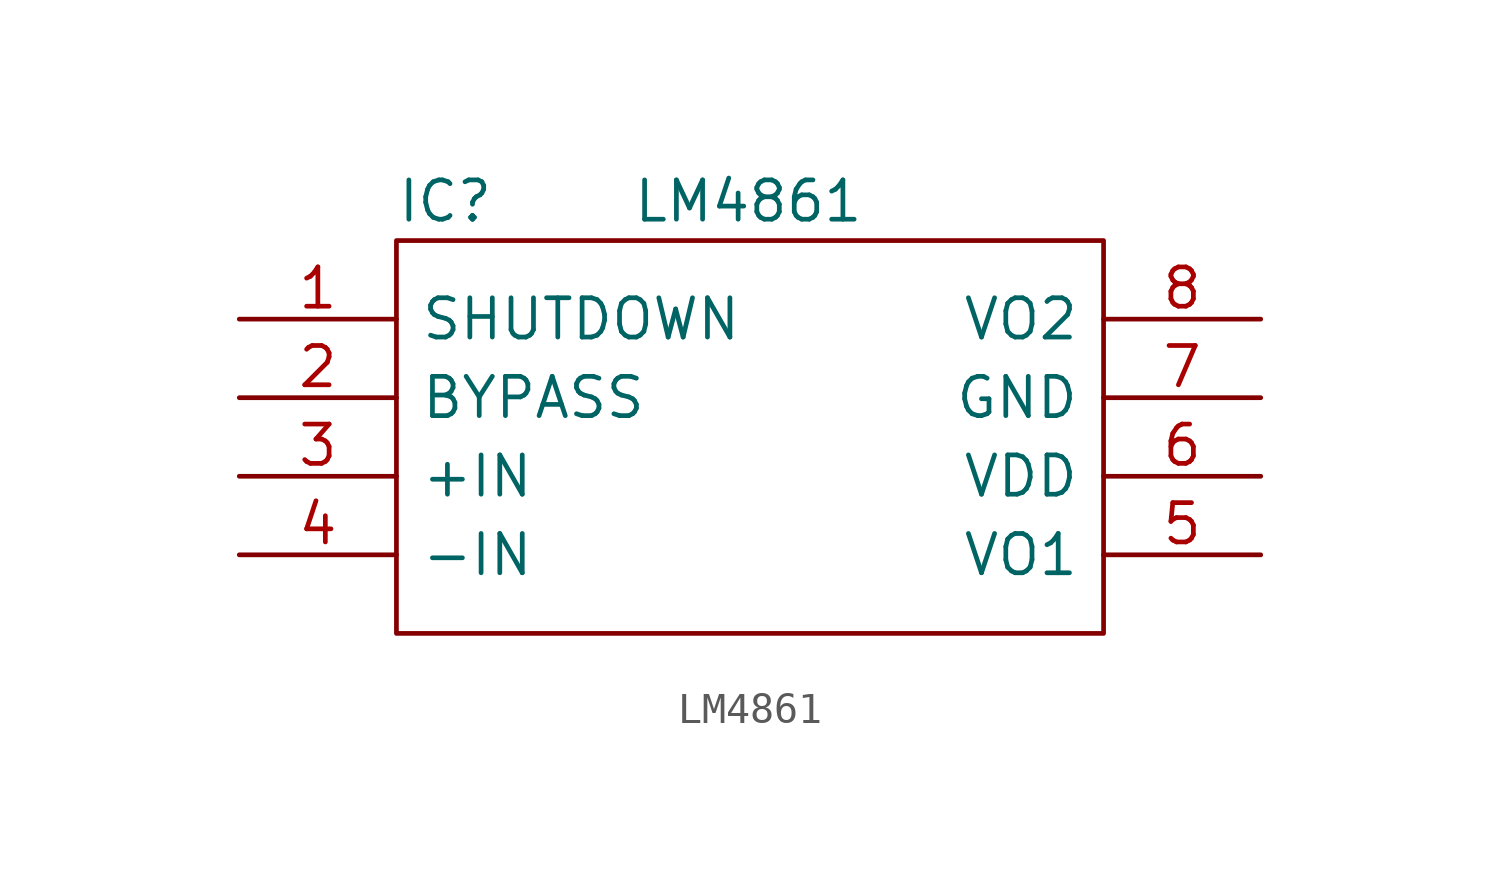
<source format=kicad_sym>
(kicad_symbol_lib
  (version 20220914)
  (generator kicad_symbol_editor)
  (symbol "LM4861"
    (pin_names
      (offset 0.762))
    (property "Reference" "IC"
      (at 0 1.27 0)
      (effects (font (size 1.27 1.27)) (justify left)))
    (property "Value" "LM4861"
      (at 7.62 1.27 0)
      (effects (font (size 1.27 1.27)) (justify left)))
    (symbol "LM4861_0_0"
      (pin passive line (at -5.08 -2.54 0) (length 5.08) (name "SHUTDOWN" (effects (font (size 1.27 1.27)))) (number "1" (effects (font (size 1.27 1.27)))))
      (pin passive line (at -5.08 -5.08 0) (length 5.08) (name "BYPASS" (effects (font (size 1.27 1.27)))) (number "2" (effects (font (size 1.27 1.27)))))
      (pin passive line (at -5.08 -7.62 0) (length 5.08) (name "+IN" (effects (font (size 1.27 1.27)))) (number "3" (effects (font (size 1.27 1.27)))))
      (pin passive line (at -5.08 -10.16 0) (length 5.08) (name "-IN" (effects (font (size 1.27 1.27)))) (number "4" (effects (font (size 1.27 1.27)))))
      (pin passive line (at 27.94 -10.16 180) (length 5.08) (name "VO1" (effects (font (size 1.27 1.27)))) (number "5" (effects (font (size 1.27 1.27)))))
      (pin passive line (at 27.94 -7.62 180) (length 5.08) (name "VDD" (effects (font (size 1.27 1.27)))) (number "6" (effects (font (size 1.27 1.27)))))
      (pin passive line (at 27.94 -5.08 180) (length 5.08) (name "GND" (effects (font (size 1.27 1.27)))) (number "7" (effects (font (size 1.27 1.27)))))
      (pin passive line (at 27.94 -2.54 180) (length 5.08) (name "VO2" (effects (font (size 1.27 1.27)))) (number "8" (effects (font (size 1.27 1.27))))))
    (symbol "LM4861_0_1"
      (polyline (pts (xy 0 0) (xy 22.86 0) (xy 22.86 -12.7) (xy 0 -12.7) (xy 0 0)) (stroke (width 0.152) (type default)) (fill (type none))))))
</source>
